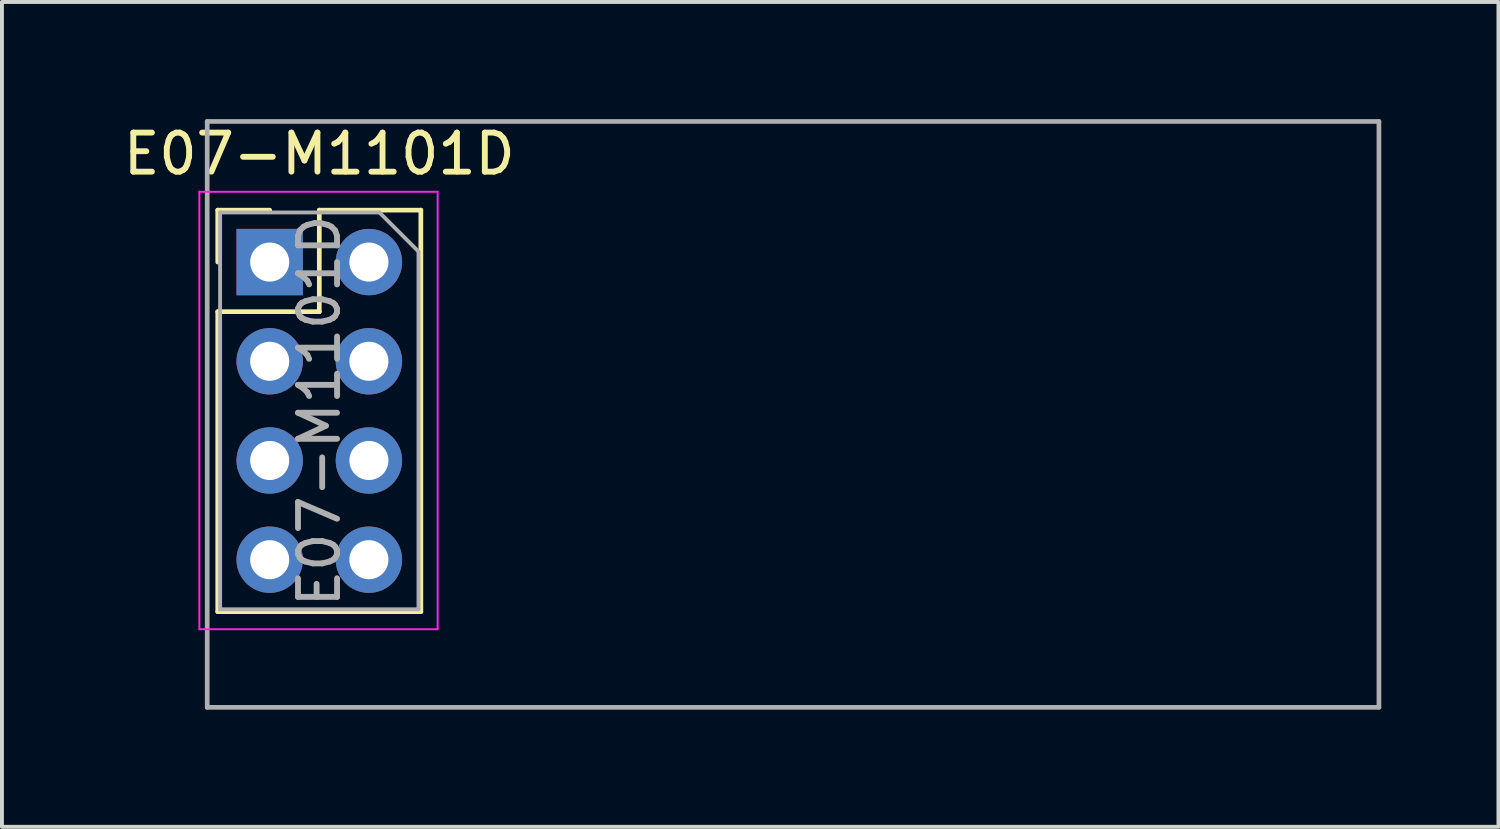
<source format=kicad_pcb>
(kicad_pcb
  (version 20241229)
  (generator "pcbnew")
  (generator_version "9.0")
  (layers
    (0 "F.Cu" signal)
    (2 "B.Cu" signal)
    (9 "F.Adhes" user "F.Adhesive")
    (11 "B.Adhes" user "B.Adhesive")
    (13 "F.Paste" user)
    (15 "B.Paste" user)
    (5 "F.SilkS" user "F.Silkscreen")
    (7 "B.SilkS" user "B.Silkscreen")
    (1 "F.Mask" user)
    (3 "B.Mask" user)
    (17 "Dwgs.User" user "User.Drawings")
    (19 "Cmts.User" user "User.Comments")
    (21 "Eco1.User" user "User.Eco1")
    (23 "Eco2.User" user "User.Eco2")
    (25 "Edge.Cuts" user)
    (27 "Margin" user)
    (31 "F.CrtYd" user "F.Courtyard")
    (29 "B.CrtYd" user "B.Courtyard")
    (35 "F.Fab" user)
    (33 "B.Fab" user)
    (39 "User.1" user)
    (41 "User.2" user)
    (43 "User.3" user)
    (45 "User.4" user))
  (footprint "E07-M1101D"
    (layer "F.Cu")
    (at 3.855 3.66)
    (property "Reference" "E07-M1101D" (at 1.27 -2.77 0) (layer "F.SilkS") (effects (font (size 1 1) (thickness 0.15))))
    (attr through_hole)
    (fp_line (start -1.33 -1.33) (end -1.33 0) (stroke (width 0.12) (type solid)) (layer "F.SilkS"))
    (fp_line (start -1.33 -1.33) (end 0 -1.33) (stroke (width 0.12) (type solid)) (layer "F.SilkS"))
    (fp_line (start -1.33 1.27) (end -1.33 8.95) (stroke (width 0.12) (type solid)) (layer "F.SilkS"))
    (fp_line (start -1.33 1.27) (end 1.27 1.27) (stroke (width 0.12) (type solid)) (layer "F.SilkS"))
    (fp_line (start -1.33 8.95) (end 3.87 8.95) (stroke (width 0.12) (type solid)) (layer "F.SilkS"))
    (fp_line (start 1.27 -1.33) (end 1.27 1.27) (stroke (width 0.12) (type solid)) (layer "F.SilkS"))
    (fp_line (start 1.27 -1.33) (end 3.87 -1.33) (stroke (width 0.12) (type solid)) (layer "F.SilkS"))
    (fp_line (start 3.87 -1.33) (end 3.87 8.95) (stroke (width 0.12) (type solid)) (layer "F.SilkS"))
    (fp_line (start -1.8 -1.8) (end 4.3 -1.8) (stroke (width 0.05) (type solid)) (layer "F.CrtYd"))
    (fp_line (start -1.8 9.4) (end -1.8 -1.8) (stroke (width 0.05) (type solid)) (layer "F.CrtYd"))
    (fp_line (start 4.3 -1.8) (end 4.3 9.4) (stroke (width 0.05) (type solid)) (layer "F.CrtYd"))
    (fp_line (start 4.3 9.4) (end -1.8 9.4) (stroke (width 0.05) (type solid)) (layer "F.CrtYd"))
    (fp_line (start -1.6 -3.6) (end 28.4 -3.6) (stroke (width 0.12) (type solid)) (layer "F.Fab"))
    (fp_line (start -1.6 11.4) (end -1.6 -3.6) (stroke (width 0.12) (type solid)) (layer "F.Fab"))
    (fp_line (start -1.27 -1.27) (end 2.81 -1.27) (stroke (width 0.1) (type solid)) (layer "F.Fab"))
    (fp_line (start -1.27 8.89) (end -1.27 -1.27) (stroke (width 0.1) (type solid)) (layer "F.Fab"))
    (fp_line (start 2.81 -1.27) (end 3.81 -0.27) (stroke (width 0.1) (type solid)) (layer "F.Fab"))
    (fp_line (start 3.81 -0.27) (end 3.81 8.89) (stroke (width 0.1) (type solid)) (layer "F.Fab"))
    (fp_line (start 3.81 8.89) (end -1.27 8.89) (stroke (width 0.1) (type solid)) (layer "F.Fab"))
    (fp_line (start 28.4 -3.6) (end 28.4 11.4) (stroke (width 0.12) (type solid)) (layer "F.Fab"))
    (fp_line (start 28.4 11.4) (end -1.6 11.4) (stroke (width 0.12) (type solid)) (layer "F.Fab"))
    (fp_text user "${REFERENCE}" (at 1.27 3.81 90) (layer "F.Fab") (effects (font (size 1 1) (thickness 0.15))))
    (pad "1" thru_hole rect (at 0 0) (size 1.7 1.7) (drill 1) (layers "*.Cu" "*.Mask"))
    (pad "2" thru_hole circle (at 2.54 0) (size 1.7 1.7) (drill 1) (layers "*.Cu" "*.Mask"))
    (pad "3" thru_hole oval (at 0 2.54) (size 1.7 1.7) (drill 1) (layers "*.Cu" "*.Mask"))
    (pad "4" thru_hole oval (at 2.54 2.54) (size 1.7 1.7) (drill 1) (layers "*.Cu" "*.Mask"))
    (pad "5" thru_hole oval (at 0 5.08) (size 1.7 1.7) (drill 1) (layers "*.Cu" "*.Mask"))
    (pad "6" thru_hole oval (at 2.54 5.08) (size 1.7 1.7) (drill 1) (layers "*.Cu" "*.Mask"))
    (pad "7" thru_hole oval (at 0 7.62) (size 1.7 1.7) (drill 1) (layers "*.Cu" "*.Mask"))
    (pad "8" thru_hole oval (at 2.54 7.62) (size 1.7 1.7) (drill 1) (layers "*.Cu" "*.Mask")))
  (gr_rect
    (start -3 -3)
    (end 35.315 18.12)
    (stroke (width 0.1) (type default))
    (fill no)
    (layer "Edge.Cuts")))
</source>
